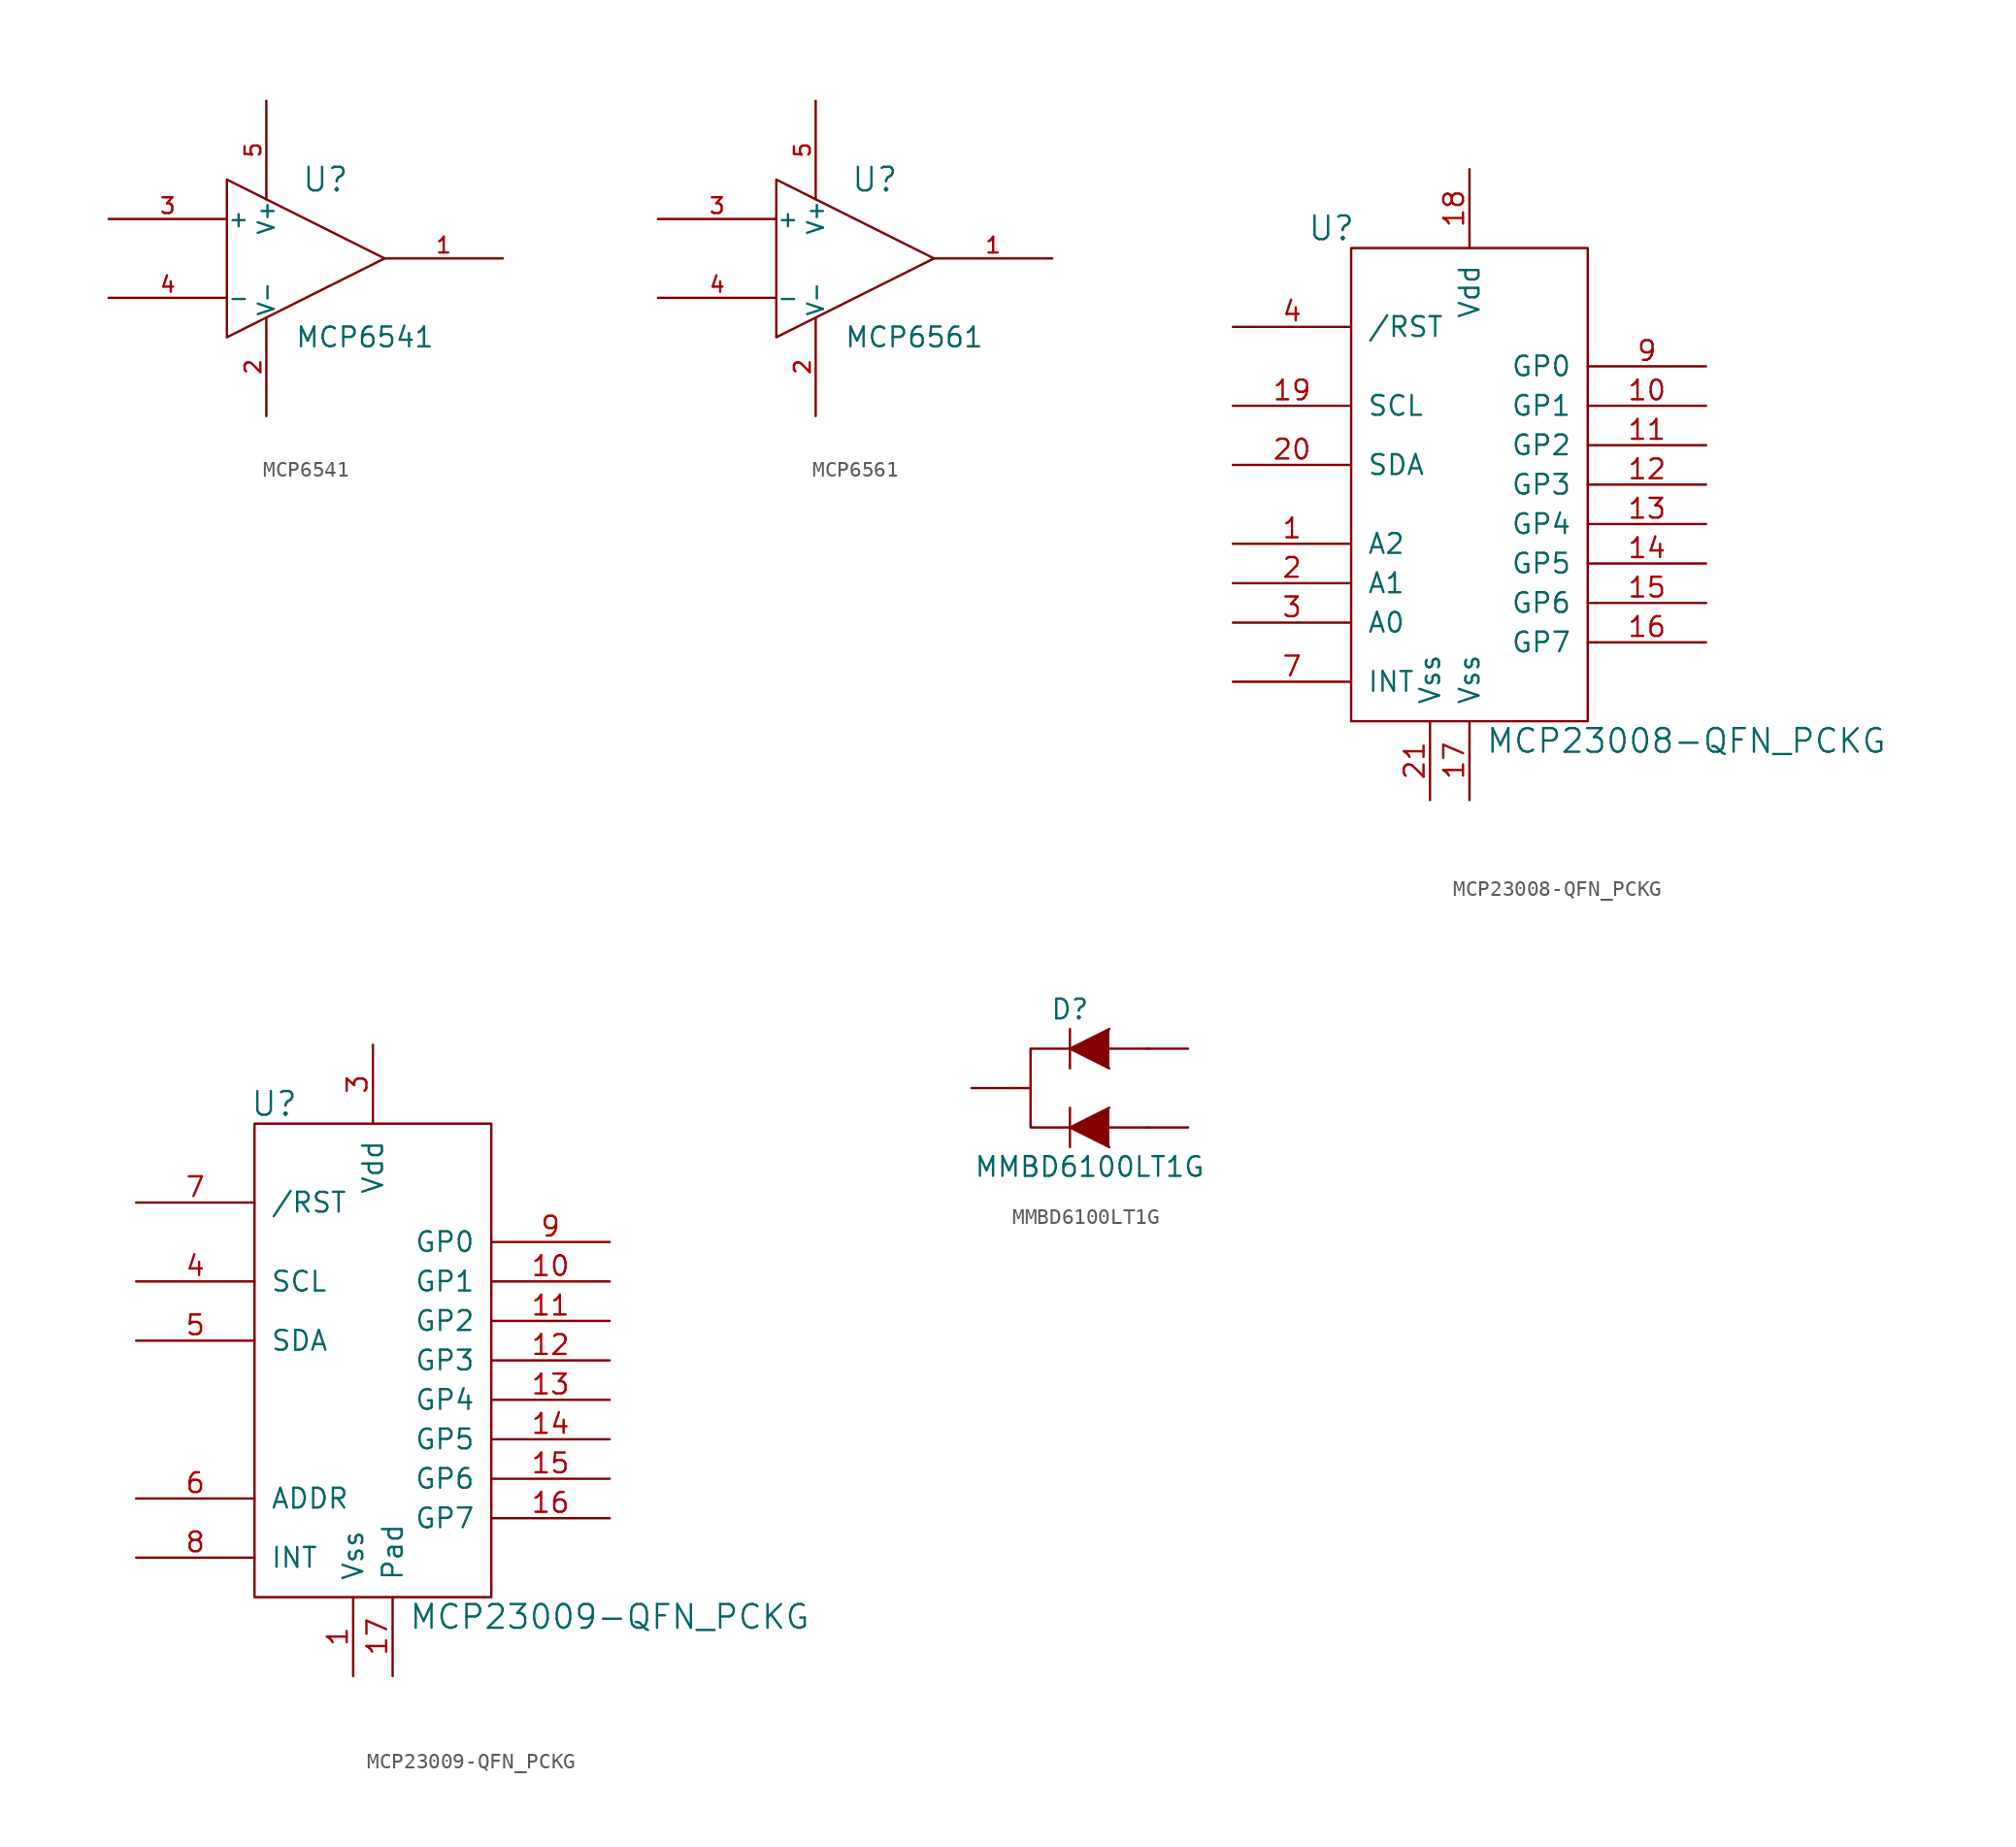
<source format=kicad_sym>
(kicad_symbol_lib
  (version 20211014)
  (generator kicad_symbol_editor)
  (symbol "MCP6541"
    (pin_names
      (offset 0.025))
    (property "Reference" "U"
      (at 1.27 5.08 0)
      (effects (font (size 1.524 1.524))))
    (property "Value" "MCP6541"
      (at 3.81 -5.08 0)
      (effects (font (size 1.27 1.27))))
    (property "Footprint" ""
      (at 0 0 0)
      (effects (font (size 1.524 1.524))))
    (property "Datasheet" ""
      (at 0 0 0)
      (effects (font (size 1.524 1.524))))
    (symbol "MCP6541_0_1"
      (polyline (pts (xy -5.08 5.08) (xy 5.08 0) (xy -5.08 -5.08) (xy -5.08 5.08)) (stroke (width 0.152) (type default) (color 0 0 0 0)) (fill (type none)))
      (pin power_in line (at -2.54 -10.16 90) (length 6.35) (name "V-" (effects (font (size 1.016 1.016)))) (number "2" (effects (font (size 1.016 1.016)))))
      (pin power_in line (at -2.54 10.16 270) (length 6.35) (name "V+" (effects (font (size 1.016 1.016)))) (number "5" (effects (font (size 1.016 1.016))))))
    (symbol "MCP6541_1_1"
      (pin output line (at 12.7 0 180) (length 7.62) (name "~" (effects (font (size 1.016 1.016)))) (number "1" (effects (font (size 1.016 1.016)))))
      (pin input line (at -12.7 2.54 0) (length 7.62) (name "+" (effects (font (size 1.016 1.016)))) (number "3" (effects (font (size 1.016 1.016)))))
      (pin input line (at -12.7 -2.54 0) (length 7.62) (name "-" (effects (font (size 1.016 1.016)))) (number "4" (effects (font (size 1.016 1.016)))))))
  (symbol "MCP6561"
    (pin_names
      (offset 0.025))
    (property "Reference" "U"
      (at 1.27 5.08 0)
      (effects (font (size 1.524 1.524))))
    (property "Value" "MCP6561"
      (at 3.81 -5.08 0)
      (effects (font (size 1.27 1.27))))
    (property "Footprint" ""
      (at 0 0 0)
      (effects (font (size 1.524 1.524))))
    (property "Datasheet" ""
      (at 0 0 0)
      (effects (font (size 1.524 1.524))))
    (symbol "MCP6561_0_1"
      (polyline (pts (xy -5.08 5.08) (xy 5.08 0) (xy -5.08 -5.08) (xy -5.08 5.08)) (stroke (width 0.152) (type default) (color 0 0 0 0)) (fill (type none)))
      (pin power_in line (at -2.54 -10.16 90) (length 6.35) (name "V-" (effects (font (size 1.016 1.016)))) (number "2" (effects (font (size 1.016 1.016)))))
      (pin power_in line (at -2.54 10.16 270) (length 6.35) (name "V+" (effects (font (size 1.016 1.016)))) (number "5" (effects (font (size 1.016 1.016))))))
    (symbol "MCP6561_1_1"
      (pin output line (at 12.7 0 180) (length 7.62) (name "~" (effects (font (size 1.016 1.016)))) (number "1" (effects (font (size 1.016 1.016)))))
      (pin input line (at -12.7 2.54 0) (length 7.62) (name "+" (effects (font (size 1.016 1.016)))) (number "3" (effects (font (size 1.016 1.016)))))
      (pin input line (at -12.7 -2.54 0) (length 7.62) (name "-" (effects (font (size 1.016 1.016)))) (number "4" (effects (font (size 1.016 1.016)))))))
  (symbol "MCP23008-QFN_PCKG"
    (pin_names
      (offset 1.016))
    (property "Reference" "U"
      (at -8.89 17.78 0)
      (effects (font (size 1.524 1.524))))
    (property "Value" "MCP23008-QFN_PCKG"
      (at 13.97 -15.24 0)
      (effects (font (size 1.524 1.524))))
    (property "Footprint" ""
      (at 0 0 0)
      (effects (font (size 1.524 1.524))))
    (property "Datasheet" ""
      (at 0 0 0)
      (effects (font (size 1.524 1.524))))
    (symbol "MCP23008-QFN_PCKG_0_1"
      (rectangle (start 7.62 16.51) (end -7.62 -13.97) (stroke (width 0) (type default) (color 0 0 0 0)) (fill (type none))))
    (symbol "MCP23008-QFN_PCKG_1_1"
      (pin input line (at -15.24 -2.54 0) (length 7.62) (name "A2" (effects (font (size 1.27 1.27)))) (number "1" (effects (font (size 1.27 1.27)))))
      (pin bidirectional line (at 15.24 6.35 180) (length 7.62) (name "GP1" (effects (font (size 1.27 1.27)))) (number "10" (effects (font (size 1.27 1.27)))))
      (pin bidirectional line (at 15.24 3.81 180) (length 7.62) (name "GP2" (effects (font (size 1.27 1.27)))) (number "11" (effects (font (size 1.27 1.27)))))
      (pin bidirectional line (at 15.24 1.27 180) (length 7.62) (name "GP3" (effects (font (size 1.27 1.27)))) (number "12" (effects (font (size 1.27 1.27)))))
      (pin bidirectional line (at 15.24 -1.27 180) (length 7.62) (name "GP4" (effects (font (size 1.27 1.27)))) (number "13" (effects (font (size 1.27 1.27)))))
      (pin bidirectional line (at 15.24 -3.81 180) (length 7.62) (name "GP5" (effects (font (size 1.27 1.27)))) (number "14" (effects (font (size 1.27 1.27)))))
      (pin bidirectional line (at 15.24 -6.35 180) (length 7.62) (name "GP6" (effects (font (size 1.27 1.27)))) (number "15" (effects (font (size 1.27 1.27)))))
      (pin bidirectional line (at 15.24 -8.89 180) (length 7.62) (name "GP7" (effects (font (size 1.27 1.27)))) (number "16" (effects (font (size 1.27 1.27)))))
      (pin power_in line (at 0 -19.05 90) (length 5.08) (name "Vss" (effects (font (size 1.27 1.27)))) (number "17" (effects (font (size 1.27 1.27)))))
      (pin power_out line (at 0 21.59 270) (length 5.08) (name "Vdd" (effects (font (size 1.27 1.27)))) (number "18" (effects (font (size 1.27 1.27)))))
      (pin input line (at -15.24 6.35 0) (length 7.62) (name "SCL" (effects (font (size 1.27 1.27)))) (number "19" (effects (font (size 1.27 1.27)))))
      (pin input line (at -15.24 -5.08 0) (length 7.62) (name "A1" (effects (font (size 1.27 1.27)))) (number "2" (effects (font (size 1.27 1.27)))))
      (pin bidirectional line (at -15.24 2.54 0) (length 7.62) (name "SDA" (effects (font (size 1.27 1.27)))) (number "20" (effects (font (size 1.27 1.27)))))
      (pin power_in line (at -2.54 -19.05 90) (length 5.08) (name "Vss" (effects (font (size 1.27 1.27)))) (number "21" (effects (font (size 1.27 1.27)))))
      (pin input line (at -15.24 -7.62 0) (length 7.62) (name "A0" (effects (font (size 1.27 1.27)))) (number "3" (effects (font (size 1.27 1.27)))))
      (pin input line (at -15.24 11.43 0) (length 7.62) (name "/RST" (effects (font (size 1.27 1.27)))) (number "4" (effects (font (size 1.27 1.27)))))
      (pin no_connect line (at -2.54 24.13 270) (length 7.62) hide (name "NC" (effects (font (size 1.27 1.27)))) (number "5" (effects (font (size 1.27 1.27)))))
      (pin no_connect line (at 5.08 24.13 270) (length 7.62) hide (name "NC" (effects (font (size 1.27 1.27)))) (number "6" (effects (font (size 1.27 1.27)))))
      (pin output line (at -15.24 -11.43 0) (length 7.62) (name "INT" (effects (font (size 1.27 1.27)))) (number "7" (effects (font (size 1.27 1.27)))))
      (pin no_connect line (at 2.54 24.13 270) (length 7.62) hide (name "NC" (effects (font (size 1.27 1.27)))) (number "8" (effects (font (size 1.27 1.27)))))
      (pin bidirectional line (at 15.24 8.89 180) (length 7.62) (name "GP0" (effects (font (size 1.27 1.27)))) (number "9" (effects (font (size 1.27 1.27)))))))
  (symbol "MCP23009-QFN_PCKG"
    (pin_names
      (offset 1.016))
    (property "Reference" "U"
      (at -6.35 17.78 0)
      (effects (font (size 1.524 1.524))))
    (property "Value" "MCP23009-QFN_PCKG"
      (at 15.24 -15.24 0)
      (effects (font (size 1.524 1.524))))
    (property "Footprint" ""
      (at 0 0 0)
      (effects (font (size 1.524 1.524))))
    (property "Datasheet" ""
      (at 0 0 0)
      (effects (font (size 1.524 1.524))))
    (symbol "MCP23009-QFN_PCKG_0_1"
      (rectangle (start 7.62 16.51) (end -7.62 -13.97) (stroke (width 0) (type default) (color 0 0 0 0)) (fill (type none))))
    (symbol "MCP23009-QFN_PCKG_1_1"
      (pin power_out line (at -1.27 -19.05 90) (length 5.08) (name "Vss" (effects (font (size 1.27 1.27)))) (number "1" (effects (font (size 1.27 1.27)))))
      (pin bidirectional line (at 15.24 6.35 180) (length 7.62) (name "GP1" (effects (font (size 1.27 1.27)))) (number "10" (effects (font (size 1.27 1.27)))))
      (pin bidirectional line (at 15.24 3.81 180) (length 7.62) (name "GP2" (effects (font (size 1.27 1.27)))) (number "11" (effects (font (size 1.27 1.27)))))
      (pin bidirectional line (at 15.24 1.27 180) (length 7.62) (name "GP3" (effects (font (size 1.27 1.27)))) (number "12" (effects (font (size 1.27 1.27)))))
      (pin bidirectional line (at 15.24 -1.27 180) (length 7.62) (name "GP4" (effects (font (size 1.27 1.27)))) (number "13" (effects (font (size 1.27 1.27)))))
      (pin bidirectional line (at 15.24 -3.81 180) (length 7.62) (name "GP5" (effects (font (size 1.27 1.27)))) (number "14" (effects (font (size 1.27 1.27)))))
      (pin bidirectional line (at 15.24 -6.35 180) (length 7.62) (name "GP6" (effects (font (size 1.27 1.27)))) (number "15" (effects (font (size 1.27 1.27)))))
      (pin bidirectional line (at 15.24 -8.89 180) (length 7.62) (name "GP7" (effects (font (size 1.27 1.27)))) (number "16" (effects (font (size 1.27 1.27)))))
      (pin input line (at 1.27 -19.05 90) (length 5.08) (name "Pad" (effects (font (size 1.27 1.27)))) (number "17" (effects (font (size 1.27 1.27)))))
      (pin no_connect line (at -2.54 21.59 270) (length 5.08) hide (name "NC" (effects (font (size 1.27 1.27)))) (number "2" (effects (font (size 1.27 1.27)))))
      (pin power_in line (at 0 21.59 270) (length 5.08) (name "Vdd" (effects (font (size 1.27 1.27)))) (number "3" (effects (font (size 1.27 1.27)))))
      (pin input line (at -15.24 6.35 0) (length 7.62) (name "SCL" (effects (font (size 1.27 1.27)))) (number "4" (effects (font (size 1.27 1.27)))))
      (pin bidirectional line (at -15.24 2.54 0) (length 7.62) (name "SDA" (effects (font (size 1.27 1.27)))) (number "5" (effects (font (size 1.27 1.27)))))
      (pin input line (at -15.24 -7.62 0) (length 7.62) (name "ADDR" (effects (font (size 1.27 1.27)))) (number "6" (effects (font (size 1.27 1.27)))))
      (pin input line (at -15.24 11.43 0) (length 7.62) (name "/RST" (effects (font (size 1.27 1.27)))) (number "7" (effects (font (size 1.27 1.27)))))
      (pin output line (at -15.24 -11.43 0) (length 7.62) (name "INT" (effects (font (size 1.27 1.27)))) (number "8" (effects (font (size 1.27 1.27)))))
      (pin bidirectional line (at 15.24 8.89 180) (length 7.62) (name "GP0" (effects (font (size 1.27 1.27)))) (number "9" (effects (font (size 1.27 1.27)))))))
  (symbol "MMBD6100LT1G"
    (pin_numbers hide)
    (pin_names
      (offset 1.016) hide)
    (property "Reference" "D"
      (at -1.27 7.62 0)
      (effects (font (size 1.27 1.27))))
    (property "Value" "MMBD6100LT1G"
      (at 0 -2.54 0)
      (effects (font (size 1.27 1.27))))
    (property "Footprint" ""
      (at 0 0 0)
      (effects (font (size 1.524 1.524))))
    (property "Datasheet" ""
      (at 0 0 0)
      (effects (font (size 1.524 1.524))))
    (symbol "MMBD6100LT1G_0_1"
      (polyline (pts (xy -5.08 2.54) (xy -3.81 2.54)) (stroke (width 0) (type default) (color 0 0 0 0)) (fill (type none)))
      (polyline (pts (xy -1.27 1.27) (xy -1.27 -1.27)) (stroke (width 0.152) (type default) (color 0 0 0 0)) (fill (type none)))
      (polyline (pts (xy -1.27 6.35) (xy -1.27 3.81)) (stroke (width 0.152) (type default) (color 0 0 0 0)) (fill (type none)))
      (polyline (pts (xy 1.27 5.08) (xy 3.81 5.08)) (stroke (width 0) (type default) (color 0 0 0 0)) (fill (type none)))
      (polyline (pts (xy 3.81 0) (xy 1.27 0)) (stroke (width 0) (type default) (color 0 0 0 0)) (fill (type none)))
      (polyline (pts (xy 1.27 1.27) (xy -1.27 0) (xy 1.27 -1.27)) (stroke (width 0) (type default) (color 0 0 0 0)) (fill (type outline)))
      (polyline (pts (xy 1.27 6.35) (xy -1.27 5.08) (xy 1.27 3.81)) (stroke (width 0) (type default) (color 0 0 0 0)) (fill (type outline)))
      (polyline (pts (xy -1.27 5.08) (xy -3.81 5.08) (xy -3.81 0) (xy -1.27 0)) (stroke (width 0) (type default) (color 0 0 0 0)) (fill (type none))))
    (symbol "MMBD6100LT1G_1_1"
      (pin passive line (at 6.35 5.08 180) (length 2.54) (name "A" (effects (font (size 1.27 1.27)))) (number "1" (effects (font (size 1.27 1.27)))))
      (pin passive line (at 6.35 0 180) (length 2.54) (name "A" (effects (font (size 1.27 1.27)))) (number "2" (effects (font (size 1.27 1.27)))))
      (pin passive line (at -7.62 2.54 0) (length 2.54) (name "K" (effects (font (size 1.27 1.27)))) (number "3" (effects (font (size 1.27 1.27))))))))
</source>
